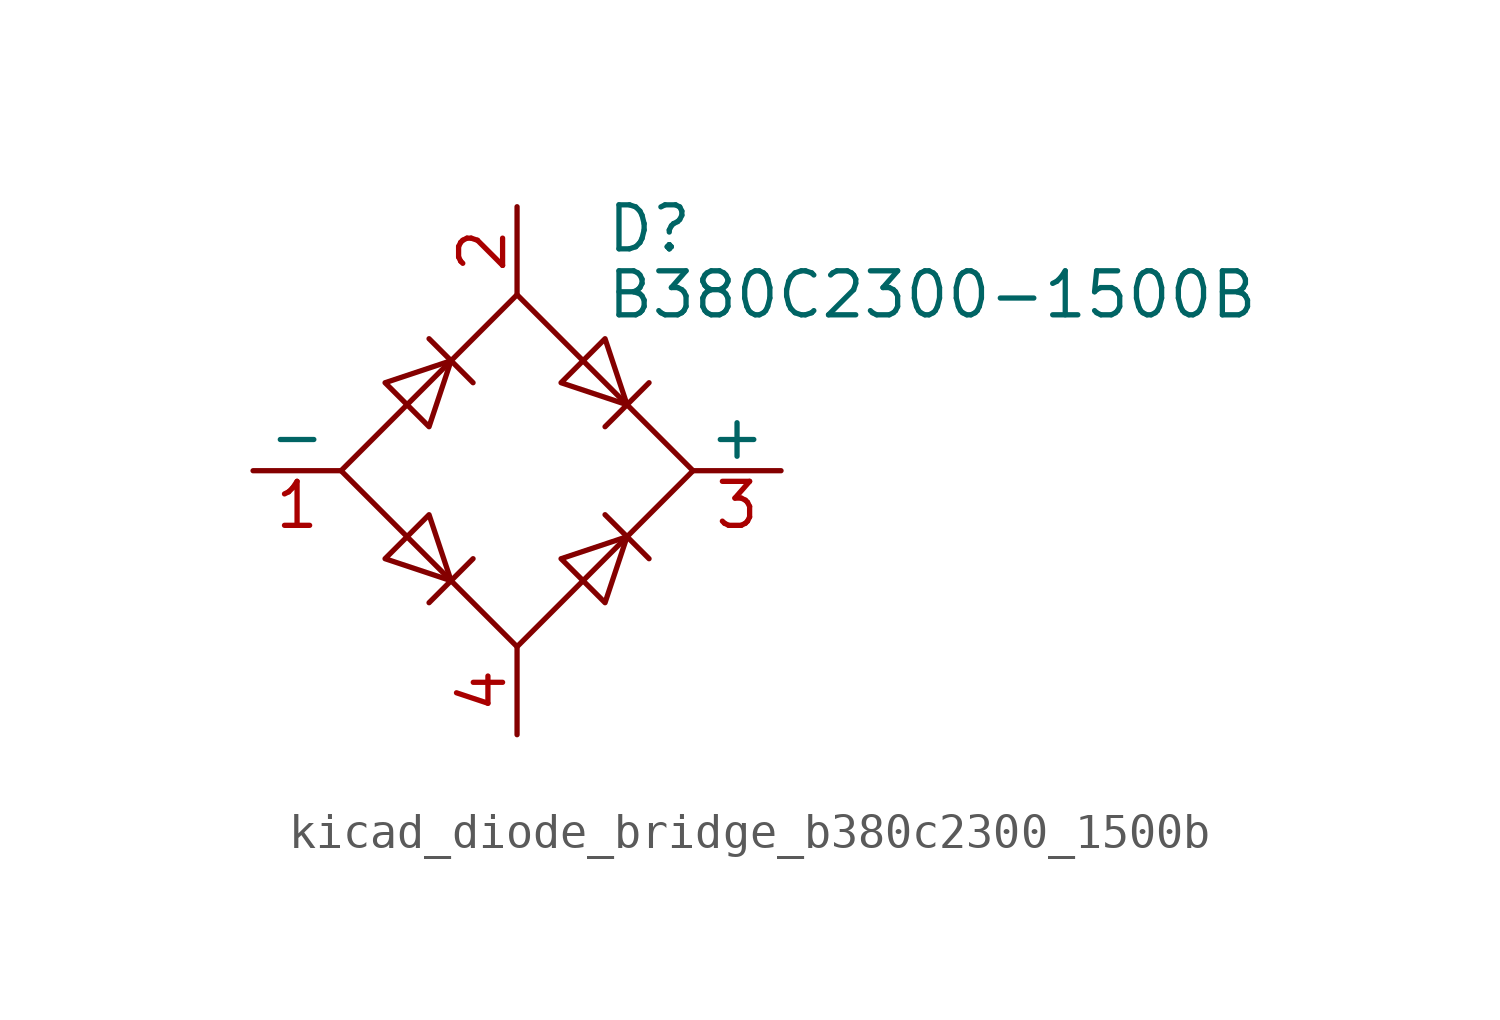
<source format=kicad_sym>
(kicad_symbol_lib
  (version 20220914)
  (generator kicad_symbol_editor)
  (symbol "kicad_diode_bridge_b380c2300_1500b"
    (pin_names
      (offset 0))
    (property "Reference" "D"
      (at 2.54 6.985 0)
      (effects (font (size 1.27 1.27)) (justify left)))
    (property "Value" "B380C2300-1500B"
      (at 2.54 5.08 0)
      (effects (font (size 1.27 1.27)) (justify left)))
    (symbol "kicad_diode_bridge_b380c2300_1500b_0_1"
      (polyline (pts (xy -2.54 3.81) (xy -1.27 2.54)) (stroke (width 0) (type default)) (fill (type none)))
      (polyline (pts (xy -1.27 -2.54) (xy -2.54 -3.81)) (stroke (width 0) (type default)) (fill (type none)))
      (polyline (pts (xy 2.54 -1.27) (xy 3.81 -2.54)) (stroke (width 0) (type default)) (fill (type none)))
      (polyline (pts (xy 2.54 1.27) (xy 3.81 2.54)) (stroke (width 0) (type default)) (fill (type none)))
      (polyline (pts (xy -3.81 2.54) (xy -2.54 1.27) (xy -1.905 3.175) (xy -3.81 2.54)) (stroke (width 0) (type default)) (fill (type none)))
      (polyline (pts (xy -2.54 -1.27) (xy -3.81 -2.54) (xy -1.905 -3.175) (xy -2.54 -1.27)) (stroke (width 0) (type default)) (fill (type none)))
      (polyline (pts (xy 1.27 2.54) (xy 2.54 3.81) (xy 3.175 1.905) (xy 1.27 2.54)) (stroke (width 0) (type default)) (fill (type none)))
      (polyline (pts (xy 3.175 -1.905) (xy 1.27 -2.54) (xy 2.54 -3.81) (xy 3.175 -1.905)) (stroke (width 0) (type default)) (fill (type none)))
      (polyline (pts (xy -5.08 0) (xy 0 -5.08) (xy 5.08 0) (xy 0 5.08) (xy -5.08 0)) (stroke (width 0) (type default)) (fill (type none))))
    (symbol "kicad_diode_bridge_b380c2300_1500b_1_1"
      (pin passive line (at -7.62 0 0) (length 2.54) (name "-" (effects (font (size 1.27 1.27)))) (number "1" (effects (font (size 1.27 1.27)))))
      (pin passive line (at 0 7.62 270) (length 2.54) (name "~" (effects (font (size 1.27 1.27)))) (number "2" (effects (font (size 1.27 1.27)))))
      (pin passive line (at 7.62 0 180) (length 2.54) (name "+" (effects (font (size 1.27 1.27)))) (number "3" (effects (font (size 1.27 1.27)))))
      (pin passive line (at 0 -7.62 90) (length 2.54) (name "~" (effects (font (size 1.27 1.27)))) (number "4" (effects (font (size 1.27 1.27))))))))
</source>
